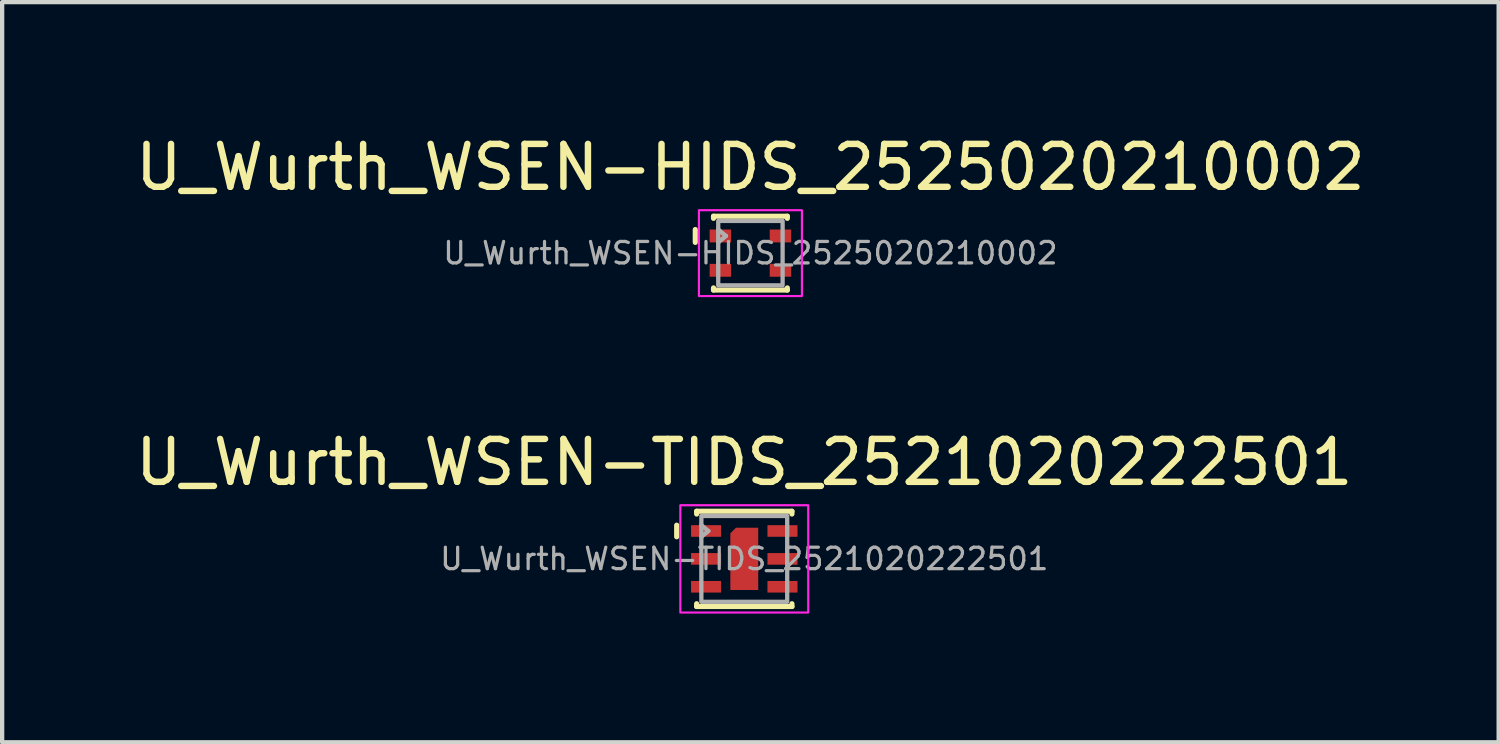
<source format=kicad_pcb>
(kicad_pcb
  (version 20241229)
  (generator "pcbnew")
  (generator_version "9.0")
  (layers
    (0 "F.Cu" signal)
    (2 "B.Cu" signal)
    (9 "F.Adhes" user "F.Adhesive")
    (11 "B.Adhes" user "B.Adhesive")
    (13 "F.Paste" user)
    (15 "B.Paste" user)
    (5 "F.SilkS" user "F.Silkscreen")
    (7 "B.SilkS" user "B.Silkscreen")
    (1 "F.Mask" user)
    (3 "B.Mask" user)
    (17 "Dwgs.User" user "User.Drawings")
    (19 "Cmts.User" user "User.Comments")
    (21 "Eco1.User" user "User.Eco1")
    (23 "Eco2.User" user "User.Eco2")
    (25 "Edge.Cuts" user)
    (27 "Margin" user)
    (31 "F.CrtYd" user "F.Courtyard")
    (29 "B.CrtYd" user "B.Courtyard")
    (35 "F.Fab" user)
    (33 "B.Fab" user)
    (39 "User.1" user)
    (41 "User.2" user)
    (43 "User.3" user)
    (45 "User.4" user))
  (footprint "U_Wurth_WSEN-TIDS_2521020222501"
    (layer "F.Cu")
    (at 14.292 9.972)
    (property "Reference" "U_Wurth_WSEN-TIDS_2521020222501" (at 0 -2.25 0) (unlocked yes) (layer "F.SilkS") (effects (font (size 1 1) (thickness 0.15))))
    (attr smd)
    (fp_line (start -1.575 -0.785) (end -1.575 -0.515) (stroke (width 0.12) (type solid)) (layer "F.SilkS"))
    (fp_line (start -1.11 -1.11) (end -1.11 -1.045) (stroke (width 0.12) (type solid)) (layer "F.SilkS"))
    (fp_line (start -1.11 -1.11) (end 1.11 -1.11) (stroke (width 0.12) (type solid)) (layer "F.SilkS"))
    (fp_line (start -1.11 1.11) (end -1.11 1.045) (stroke (width 0.12) (type solid)) (layer "F.SilkS"))
    (fp_line (start -1.11 1.11) (end 1.11 1.11) (stroke (width 0.12) (type solid)) (layer "F.SilkS"))
    (fp_line (start 1.11 -1.11) (end 1.11 -1.045) (stroke (width 0.12) (type solid)) (layer "F.SilkS"))
    (fp_line (start 1.11 1.11) (end 1.11 1.045) (stroke (width 0.12) (type solid)) (layer "F.SilkS"))
    (fp_rect (start -1.49 -1.25) (end 1.49 1.25) (stroke (width 0.05) (type solid)) (fill no) (layer "F.CrtYd"))
    (fp_line (start -1 -0.785) (end -0.838 -0.65) (stroke (width 0.1) (type solid)) (layer "F.Fab"))
    (fp_line (start -1 -0.515) (end -0.838 -0.65) (stroke (width 0.1) (type solid)) (layer "F.Fab"))
    (fp_rect (start -1 -1) (end 1 1) (stroke (width 0.1) (type solid)) (fill no) (layer "F.Fab"))
    (fp_text user "${REFERENCE}" (at 0 0 0) (unlocked yes) (layer "F.Fab") (effects (font (size 0.5 0.5) (thickness 0.075))))
    (pad "" smd roundrect (at 0 0) (size 0.65 1.45) (layers "F.Cu" "F.Mask" "F.Paste") (roundrect_rratio 0) (chamfer_ratio 0.2) (chamfer top_left))
    (pad "1" smd rect (at -0.89 -0.65) (size 0.7 0.27) (layers "F.Cu" "F.Mask" "F.Paste"))
    (pad "2" smd rect (at -0.89 0) (size 0.7 0.27) (layers "F.Cu" "F.Mask" "F.Paste"))
    (pad "3" smd rect (at -0.89 0.65) (size 0.7 0.27) (layers "F.Cu" "F.Mask" "F.Paste"))
    (pad "4" smd rect (at 0.89 0.65) (size 0.7 0.27) (layers "F.Cu" "F.Mask" "F.Paste"))
    (pad "5" smd rect (at 0.89 0) (size 0.7 0.27) (layers "F.Cu" "F.Mask" "F.Paste"))
    (pad "6" smd rect (at 0.89 -0.65) (size 0.7 0.27) (layers "F.Cu" "F.Mask" "F.Paste")))
  (footprint "U_Wurth_WSEN-HIDS_2525020210002"
    (layer "F.Cu")
    (at 14.435 2.848)
    (property "Reference" "U_Wurth_WSEN-HIDS_2525020210002" (at 0 -2 0) (unlocked yes) (layer "F.SilkS") (effects (font (size 1 1) (thickness 0.15))))
    (attr smd)
    (fp_line (start -1.285 -0.55) (end -1.285 -0.25) (stroke (width 0.12) (type solid)) (layer "F.SilkS"))
    (fp_line (start -0.86 -0.86) (end -0.86 -0.81) (stroke (width 0.12) (type solid)) (layer "F.SilkS"))
    (fp_line (start -0.86 -0.86) (end 0.86 -0.86) (stroke (width 0.12) (type solid)) (layer "F.SilkS"))
    (fp_line (start -0.86 0.86) (end -0.86 0.81) (stroke (width 0.12) (type solid)) (layer "F.SilkS"))
    (fp_line (start -0.86 0.86) (end 0.86 0.86) (stroke (width 0.12) (type solid)) (layer "F.SilkS"))
    (fp_line (start 0.86 -0.86) (end 0.86 -0.81) (stroke (width 0.12) (type solid)) (layer "F.SilkS"))
    (fp_line (start 0.86 0.86) (end 0.86 0.81) (stroke (width 0.12) (type solid)) (layer "F.SilkS"))
    (fp_rect (start -1.2 -1) (end 1.2 1) (stroke (width 0.05) (type solid)) (fill no) (layer "F.CrtYd"))
    (fp_line (start -0.75 -0.55) (end -0.57 -0.4) (stroke (width 0.1) (type solid)) (layer "F.Fab"))
    (fp_line (start -0.75 -0.25) (end -0.57 -0.4) (stroke (width 0.1) (type solid)) (layer "F.Fab"))
    (fp_rect (start -0.75 -0.75) (end 0.75 0.75) (stroke (width 0.1) (type solid)) (fill no) (layer "F.Fab"))
    (fp_text user "${REFERENCE}" (at 0 0 0) (unlocked yes) (layer "F.Fab") (effects (font (size 0.5 0.5) (thickness 0.075))))
    (pad "1" smd rect (at -0.7 -0.4) (size 0.5 0.3) (layers "F.Cu" "F.Mask" "F.Paste"))
    (pad "2" smd rect (at -0.7 0.4) (size 0.5 0.3) (layers "F.Cu" "F.Mask" "F.Paste"))
    (pad "3" smd rect (at 0.7 0.4) (size 0.5 0.3) (layers "F.Cu" "F.Mask" "F.Paste"))
    (pad "4" smd rect (at 0.7 -0.4) (size 0.5 0.3) (layers "F.Cu" "F.Mask" "F.Paste")))
  (gr_rect
    (start -3 -3)
    (end 31.869 14.246)
    (stroke (width 0.1) (type default))
    (fill no)
    (layer "Edge.Cuts")))
</source>
